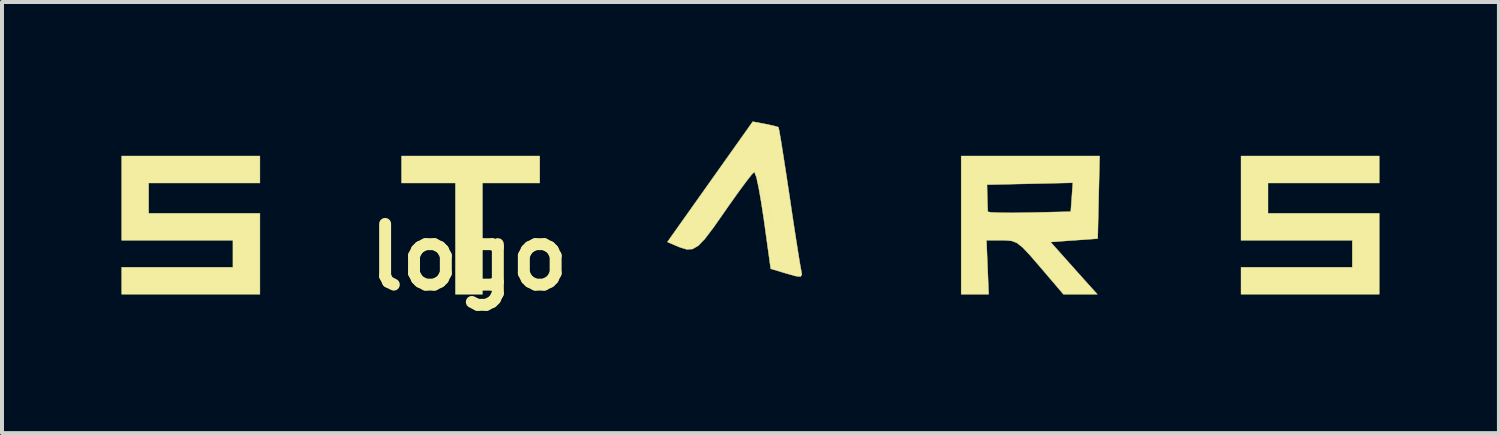
<source format=kicad_pcb>
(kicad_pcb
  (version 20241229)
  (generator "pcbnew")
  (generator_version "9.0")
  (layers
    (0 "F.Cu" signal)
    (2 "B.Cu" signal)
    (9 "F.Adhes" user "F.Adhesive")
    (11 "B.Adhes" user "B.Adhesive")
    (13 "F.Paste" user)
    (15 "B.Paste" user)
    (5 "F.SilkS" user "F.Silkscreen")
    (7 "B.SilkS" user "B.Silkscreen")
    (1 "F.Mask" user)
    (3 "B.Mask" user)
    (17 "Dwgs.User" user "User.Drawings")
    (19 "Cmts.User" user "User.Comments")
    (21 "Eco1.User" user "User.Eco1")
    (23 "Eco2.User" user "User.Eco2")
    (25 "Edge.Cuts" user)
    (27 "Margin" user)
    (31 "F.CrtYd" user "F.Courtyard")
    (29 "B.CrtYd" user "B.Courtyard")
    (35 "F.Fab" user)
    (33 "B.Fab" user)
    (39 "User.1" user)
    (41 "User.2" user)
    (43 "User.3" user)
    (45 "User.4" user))
  (footprint "logo"
    (layer "F.Cu")
    (at 8.726 3.408)
    (property "Reference" "logo" (at 0 0 0) (layer "F.SilkS") (effects (font (size 1.524 1.524) (thickness 0.3))))
    (attr through_hole)
    (fp_poly (pts (xy 1.778 -1.863) (xy 0.339 -1.863) (xy 0.339 0.931) (xy -0.339 0.931) (xy -0.339 -1.863) (xy -1.693 -1.863) (xy -1.693 -2.54) (xy 1.778 -2.54) (xy 1.778 -1.863)) (stroke (width 0.01) (type solid)) (fill yes) (layer "F.SilkS"))
    (fp_poly (pts (xy -5.249 -1.863) (xy -8.043 -1.863) (xy -8.043 -1.101) (xy -5.249 -1.101) (xy -5.249 0.931) (xy -8.721 0.931) (xy -8.721 0.254) (xy -5.927 0.254) (xy -5.927 -0.423) (xy -8.721 -0.423) (xy -8.721 -2.54) (xy -5.249 -2.54) (xy -5.249 -1.863)) (stroke (width 0.01) (type solid)) (fill yes) (layer "F.SilkS"))
    (fp_poly (pts (xy 22.86 -1.863) (xy 20.066 -1.863) (xy 20.066 -1.101) (xy 22.86 -1.101) (xy 22.86 0.931) (xy 19.389 0.931) (xy 19.389 0.254) (xy 22.183 0.254) (xy 22.183 -0.423) (xy 19.389 -0.423) (xy 19.389 -2.54) (xy 22.86 -2.54) (xy 22.86 -1.863)) (stroke (width 0.01) (type solid)) (fill yes) (layer "F.SilkS"))
    (fp_poly (pts (xy 15.814 -1.503) (xy 15.79 -0.466) (xy 15.198 -0.423) (xy 14.605 -0.381) (xy 14.982 0.042) (xy 15.216 0.304) (xy 15.437 0.551) (xy 15.57 0.699) (xy 15.78 0.931) (xy 14.929 0.931) (xy 14.351 0.254) (xy 14.09 -0.048) (xy 13.906 -0.243) (xy 13.764 -0.356) (xy 13.633 -0.408) (xy 13.478 -0.423) (xy 13.385 -0.424) (xy 12.996 -0.424) (xy 13.024 0.254) (xy 13.052 0.931) (xy 12.361 0.931) (xy 12.361 -1.82) (xy 13.01 -1.82) (xy 13.017 -1.503) (xy 13.024 -1.285) (xy 13.03 -1.151) (xy 13.032 -1.14) (xy 13.114 -1.125) (xy 13.332 -1.116) (xy 13.655 -1.113) (xy 14.049 -1.119) (xy 14.076 -1.119) (xy 15.113 -1.143) (xy 15.139 -1.505) (xy 15.165 -1.868) (xy 14.088 -1.844) (xy 13.01 -1.82) (xy 12.361 -1.82) (xy 12.361 -2.54) (xy 15.838 -2.54) (xy 15.814 -1.503)) (stroke (width 0.01) (type solid)) (fill yes) (layer "F.SilkS"))
    (fp_poly (pts (xy 7.437 -3.345) (xy 7.645 -3.301) (xy 7.764 -3.267) (xy 7.772 -3.262) (xy 7.792 -3.175) (xy 7.832 -2.945) (xy 7.887 -2.599) (xy 7.955 -2.162) (xy 8.031 -1.66) (xy 8.047 -1.555) (xy 8.125 -1.029) (xy 8.198 -0.551) (xy 8.261 -0.15) (xy 8.309 0.146) (xy 8.338 0.307) (xy 8.34 0.318) (xy 8.361 0.437) (xy 8.327 0.488) (xy 8.204 0.475) (xy 7.958 0.405) (xy 7.917 0.393) (xy 7.578 0.291) (xy 7.408 -0.934) (xy 7.343 -1.364) (xy 7.28 -1.726) (xy 7.224 -1.991) (xy 7.874 -0.254) (xy 7.168 -2.143) (xy 7.097 -2.071) (xy 6.951 -1.884) (xy 6.748 -1.608) (xy 6.508 -1.27) (xy 6.424 -1.148) (xy 6.139 -0.742) (xy 5.925 -0.46) (xy 5.757 -0.286) (xy 5.613 -0.204) (xy 5.47 -0.196) (xy 5.303 -0.246) (xy 5.222 -0.279) (xy 4.983 -0.381) (xy 6.055 -1.892) (xy 7.127 -3.403) (xy 7.437 -3.345)) (stroke (width 0.01) (type solid)) (fill yes) (layer "F.SilkS")))
  (gr_rect
    (start -3 -3)
    (end 34.591 7.826)
    (stroke (width 0.1) (type default))
    (fill no)
    (layer "Edge.Cuts")))
</source>
